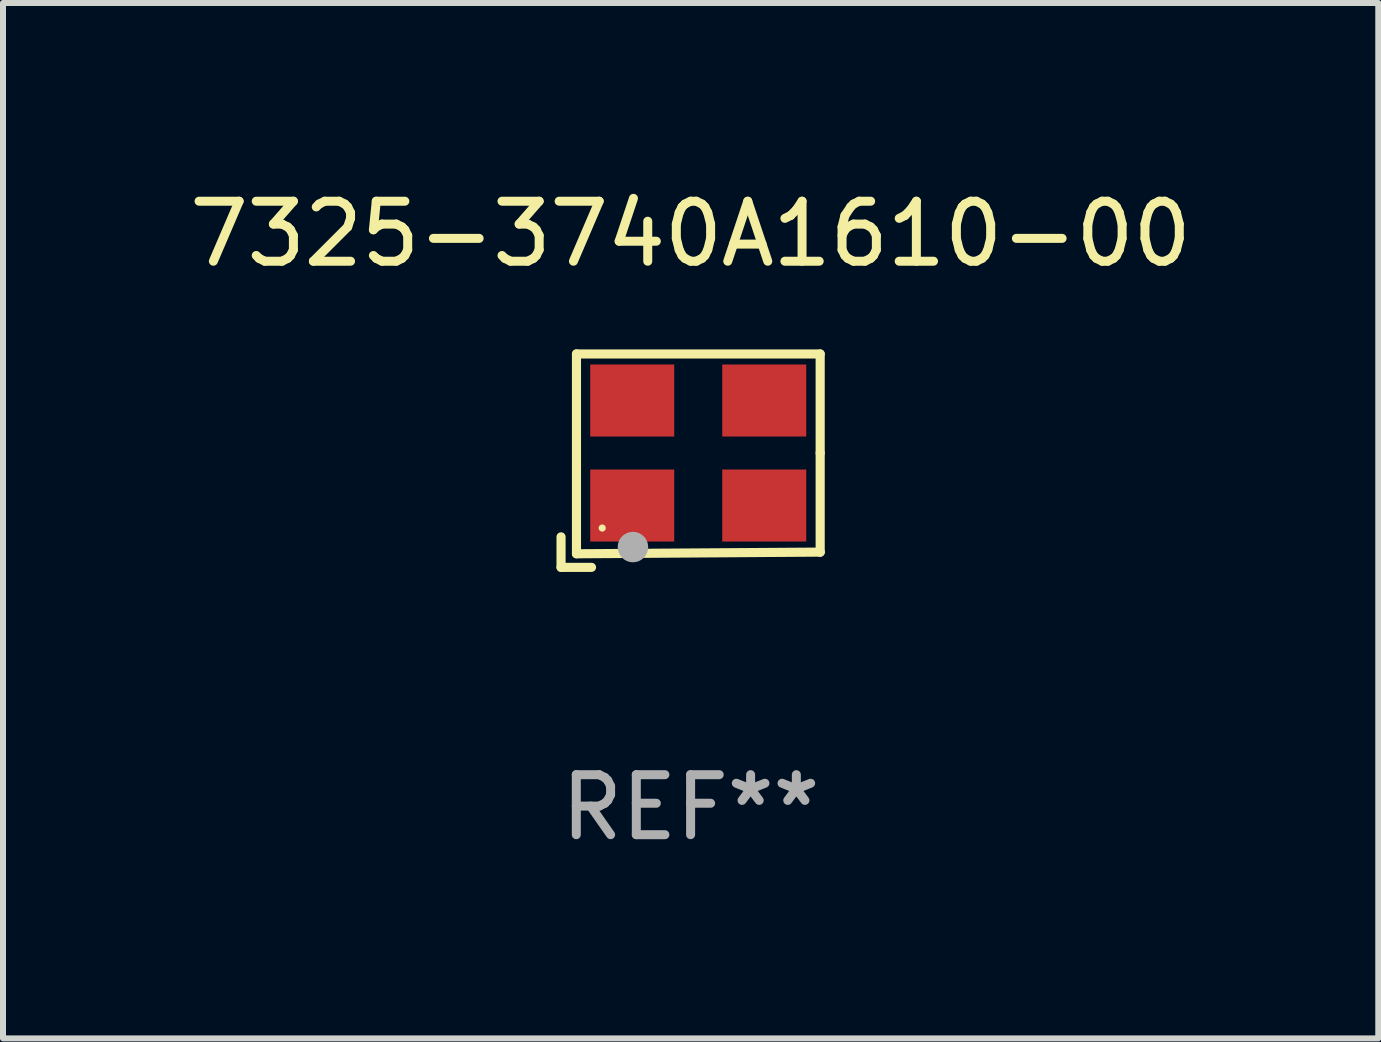
<source format=kicad_pcb>
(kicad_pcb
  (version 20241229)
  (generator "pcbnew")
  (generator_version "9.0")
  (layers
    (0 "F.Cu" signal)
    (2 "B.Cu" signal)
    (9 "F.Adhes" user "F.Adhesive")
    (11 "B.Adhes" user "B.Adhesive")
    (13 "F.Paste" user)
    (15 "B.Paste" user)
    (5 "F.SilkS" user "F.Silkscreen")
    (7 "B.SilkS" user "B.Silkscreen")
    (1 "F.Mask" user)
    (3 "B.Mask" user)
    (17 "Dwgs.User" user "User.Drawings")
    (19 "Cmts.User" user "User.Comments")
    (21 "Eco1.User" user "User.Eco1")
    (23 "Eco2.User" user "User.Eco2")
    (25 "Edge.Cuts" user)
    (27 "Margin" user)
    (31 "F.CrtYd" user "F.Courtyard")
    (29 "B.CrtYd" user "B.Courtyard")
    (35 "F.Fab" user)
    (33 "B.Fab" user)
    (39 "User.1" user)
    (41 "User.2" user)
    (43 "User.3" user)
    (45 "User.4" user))
  (footprint "7325-3740A1610-00"
    (layer "F.Cu")
    (at 8.458 4.626)
    (property "Reference" "7325-3740A1610-00" (at 0 -3.778 0) (layer "F.SilkS") (effects (font (size 1 1) (thickness 0.15))))
    (attr through_hole)
    (fp_line (start -2.159 1.27) (end -2.159 1.778) (stroke (width 0.152) (type solid)) (layer "F.SilkS"))
    (fp_line (start -2.159 1.778) (end -1.651 1.778) (stroke (width 0.152) (type solid)) (layer "F.SilkS"))
    (fp_line (start -1.902 -1.778) (end 2.159 -1.778) (stroke (width 0.152) (type solid)) (layer "F.SilkS"))
    (fp_line (start -1.902 1.552) (end -1.902 -1.778) (stroke (width 0.152) (type solid)) (layer "F.SilkS"))
    (fp_line (start 2.159 -1.778) (end 2.159 -0.127) (stroke (width 0.152) (type solid)) (layer "F.SilkS"))
    (fp_line (start 2.159 -0.127) (end 2.159 1.524) (stroke (width 0.152) (type solid)) (layer "F.SilkS"))
    (fp_line (start 2.159 1.524) (end -1.902 1.552) (stroke (width 0.152) (type solid)) (layer "F.SilkS"))
    (fp_line (start 2.159 1.524) (end 2.159 1.524) (stroke (width 0.152) (type solid)) (layer "F.SilkS"))
    (fp_circle (center -1.473 1.123) (end -1.443 1.123) (stroke (width 0.06) (type solid)) (fill no) (layer "F.SilkS"))
    (fp_circle (center -0.961 1.44) (end -0.834 1.44) (stroke (width 0.254) (type solid)) (fill no) (layer "F.Fab"))
    (fp_text user "REF**" (at 0 5.778 0) (layer "F.Fab") (effects (font (size 1 1) (thickness 0.15))))
    (pad "1" smd rect (at -0.973 0.748) (size 1.4 1.2) (layers "F.Cu" "F.Mask" "F.Paste"))
    (pad "2" smd rect (at 1.227 0.748) (size 1.4 1.2) (layers "F.Cu" "F.Mask" "F.Paste"))
    (pad "3" smd rect (at 1.227 -1.002) (size 1.4 1.2) (layers "F.Cu" "F.Mask" "F.Paste"))
    (pad "4" smd rect (at -0.973 -1.002) (size 1.4 1.2) (layers "F.Cu" "F.Mask" "F.Paste")))
  (gr_rect
    (start -3 -3)
    (end 19.917 14.253)
    (stroke (width 0.1) (type default))
    (fill no)
    (layer "Edge.Cuts")))
</source>
